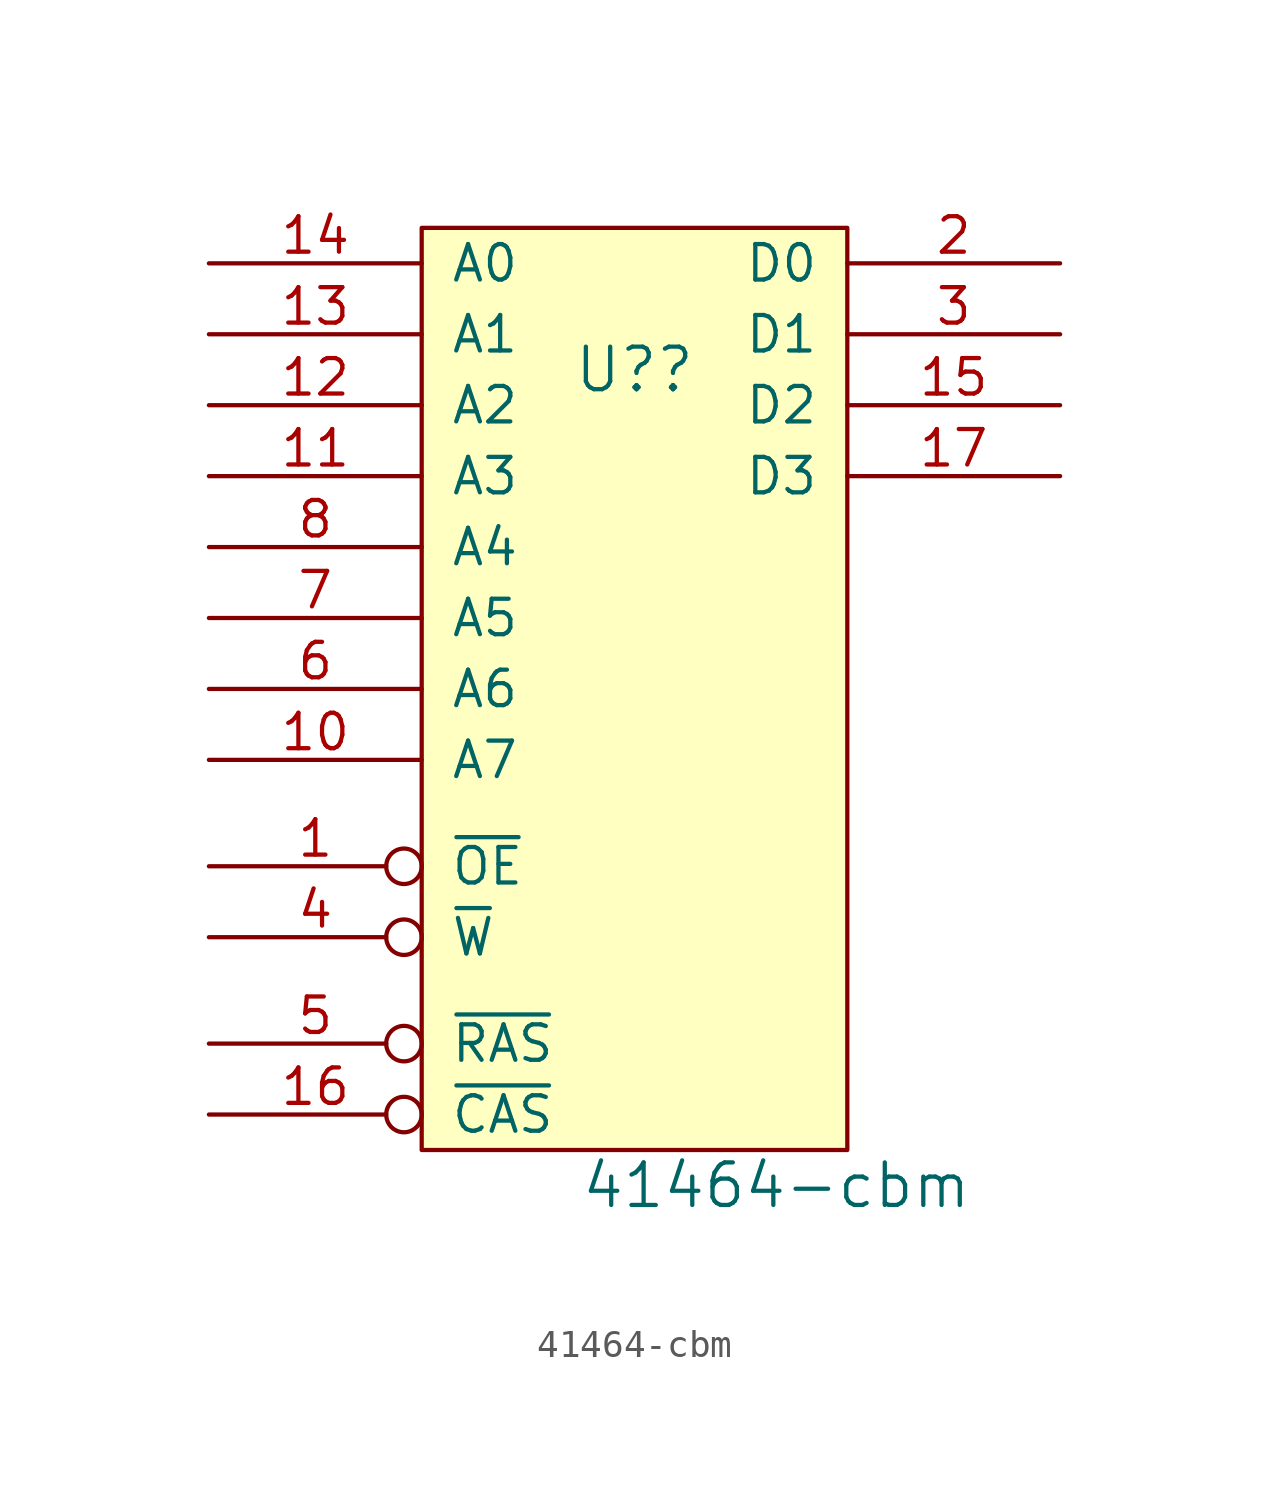
<source format=kicad_sym>
(kicad_symbol_lib
  (version 20211014)
  (generator kicad_symbol_editor)
  (symbol "41464-cbm"
    (pin_names
      (offset 1.016))
    (property "Reference" "U?"
      (at 0 19.05 0)
      (effects (font (size 1.524 1.524))))
    (property "Value" "41464-cbm"
      (at 5.08 -10.16 0)
      (effects (font (size 1.524 1.524))))
    (symbol "41464-cbm_0_0"
      (pin power_in line (at 0 -8.89 90) (length 1.27) hide (name "GND" (effects (font (size 1.27 1.27)))) (number "18" (effects (font (size 1.27 1.27)))))
      (pin power_in line (at 0 24.13 270) (length 1.27) hide (name "VCC" (effects (font (size 1.27 1.27)))) (number "9" (effects (font (size 1.27 1.27))))))
    (symbol "41464-cbm_0_1"
      (rectangle (start -7.62 24.13) (end 7.62 -8.89) (stroke (width 0) (type default) (color 0 0 0 0)) (fill (type background))))
    (symbol "41464-cbm_1_1"
      (pin input inverted (at -15.24 1.27 0) (length 7.62) (name "~{OE}" (effects (font (size 1.27 1.27)))) (number "1" (effects (font (size 1.27 1.27)))))
      (pin input line (at -15.24 5.08 0) (length 7.62) (name "A7" (effects (font (size 1.27 1.27)))) (number "10" (effects (font (size 1.27 1.27)))))
      (pin input line (at -15.24 15.24 0) (length 7.62) (name "A3" (effects (font (size 1.27 1.27)))) (number "11" (effects (font (size 1.27 1.27)))))
      (pin input line (at -15.24 17.78 0) (length 7.62) (name "A2" (effects (font (size 1.27 1.27)))) (number "12" (effects (font (size 1.27 1.27)))))
      (pin input line (at -15.24 20.32 0) (length 7.62) (name "A1" (effects (font (size 1.27 1.27)))) (number "13" (effects (font (size 1.27 1.27)))))
      (pin input line (at -15.24 22.86 0) (length 7.62) (name "A0" (effects (font (size 1.27 1.27)))) (number "14" (effects (font (size 1.27 1.27)))))
      (pin tri_state line (at 15.24 17.78 180) (length 7.62) (name "D2" (effects (font (size 1.27 1.27)))) (number "15" (effects (font (size 1.27 1.27)))))
      (pin input inverted (at -15.24 -7.62 0) (length 7.62) (name "~{CAS}" (effects (font (size 1.27 1.27)))) (number "16" (effects (font (size 1.27 1.27)))))
      (pin tri_state line (at 15.24 15.24 180) (length 7.62) (name "D3" (effects (font (size 1.27 1.27)))) (number "17" (effects (font (size 1.27 1.27)))))
      (pin tri_state line (at 15.24 22.86 180) (length 7.62) (name "D0" (effects (font (size 1.27 1.27)))) (number "2" (effects (font (size 1.27 1.27)))))
      (pin tri_state line (at 15.24 20.32 180) (length 7.62) (name "D1" (effects (font (size 1.27 1.27)))) (number "3" (effects (font (size 1.27 1.27)))))
      (pin input inverted (at -15.24 -1.27 0) (length 7.62) (name "~{W}" (effects (font (size 1.27 1.27)))) (number "4" (effects (font (size 1.27 1.27)))))
      (pin input inverted (at -15.24 -5.08 0) (length 7.62) (name "~{RAS}" (effects (font (size 1.27 1.27)))) (number "5" (effects (font (size 1.27 1.27)))))
      (pin input line (at -15.24 7.62 0) (length 7.62) (name "A6" (effects (font (size 1.27 1.27)))) (number "6" (effects (font (size 1.27 1.27)))))
      (pin input line (at -15.24 10.16 0) (length 7.62) (name "A5" (effects (font (size 1.27 1.27)))) (number "7" (effects (font (size 1.27 1.27)))))
      (pin input line (at -15.24 12.7 0) (length 7.62) (name "A4" (effects (font (size 1.27 1.27)))) (number "8" (effects (font (size 1.27 1.27))))))))
</source>
